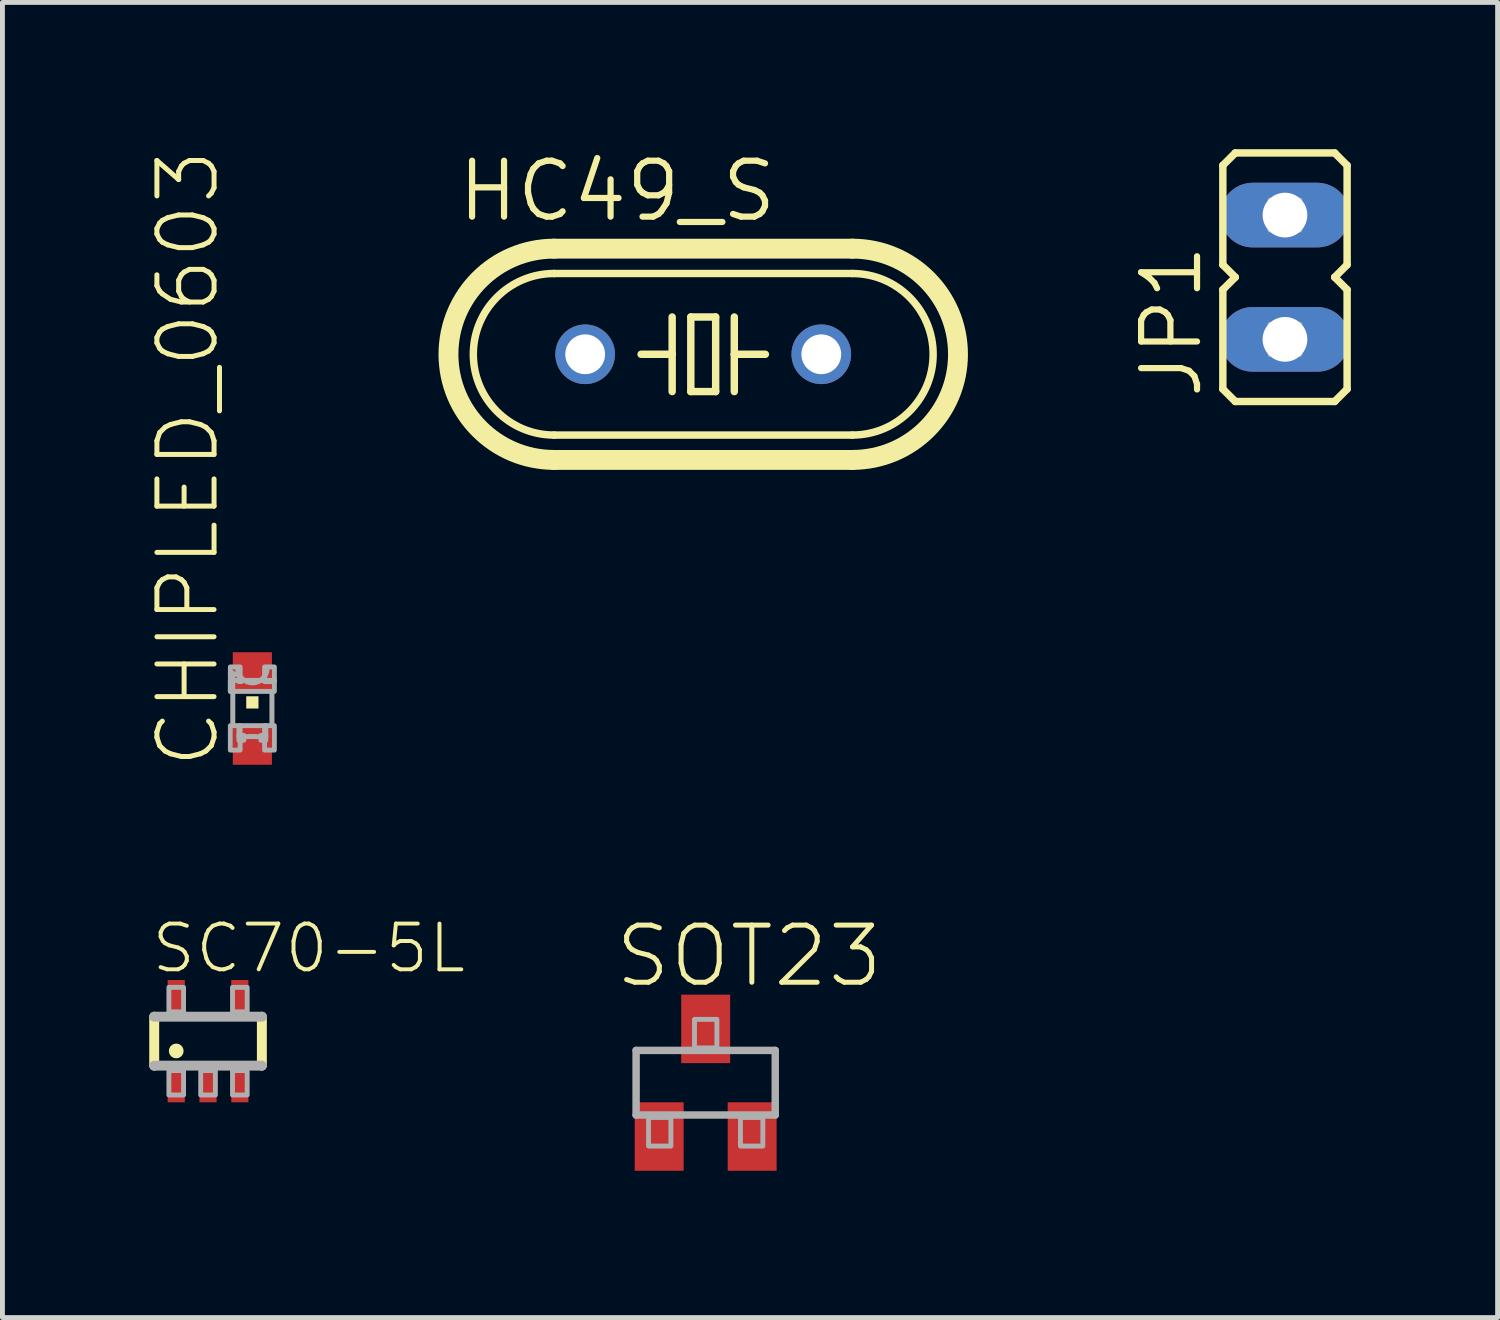
<source format=kicad_pcb>
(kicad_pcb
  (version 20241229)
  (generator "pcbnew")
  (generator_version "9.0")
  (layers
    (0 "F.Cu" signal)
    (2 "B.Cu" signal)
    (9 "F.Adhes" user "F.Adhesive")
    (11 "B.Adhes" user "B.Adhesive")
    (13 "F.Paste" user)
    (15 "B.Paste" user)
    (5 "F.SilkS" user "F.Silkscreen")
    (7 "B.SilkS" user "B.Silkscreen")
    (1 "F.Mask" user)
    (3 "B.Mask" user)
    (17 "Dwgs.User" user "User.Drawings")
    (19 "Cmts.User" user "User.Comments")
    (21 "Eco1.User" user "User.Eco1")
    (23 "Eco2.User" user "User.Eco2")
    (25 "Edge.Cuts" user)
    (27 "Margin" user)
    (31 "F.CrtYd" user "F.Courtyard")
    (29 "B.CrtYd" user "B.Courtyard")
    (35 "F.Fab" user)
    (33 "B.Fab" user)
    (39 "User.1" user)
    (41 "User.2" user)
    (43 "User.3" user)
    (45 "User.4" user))
  (footprint "SC70-5L"
    (layer "F.Cu")
    (at 1.202 18.23)
    (property "Reference" "SC70-5L" (at -1.2 -1.35 0) (layer "F.SilkS") (effects (font (size 0.935 0.935) (thickness 0.081)) (justify left bottom)))
    (fp_line (start -1.1 0.5) (end -1.1 -0.5) (stroke (width 0.203) (type solid)) (layer "F.SilkS"))
    (fp_line (start 1.1 -0.5) (end 1.1 0.5) (stroke (width 0.203) (type solid)) (layer "F.SilkS"))
    (fp_circle (center -0.65 0.2) (end -0.575 0.2) (stroke (width 0.15) (type solid)) (fill yes) (layer "F.SilkS"))
    (fp_line (start -1.1 -0.5) (end 1.1 -0.5) (stroke (width 0.203) (type solid)) (layer "F.Fab"))
    (fp_line (start 1.1 0.5) (end -1.1 0.5) (stroke (width 0.203) (type solid)) (layer "F.Fab"))
    (fp_poly (pts (xy -0.8 -0.6) (xy -0.5 -0.6) (xy -0.5 -1.1) (xy -0.8 -1.1)) (stroke (width 0.1) (type solid)) (fill no) (layer "F.Fab"))
    (fp_poly (pts (xy -0.8 1.1) (xy -0.5 1.1) (xy -0.5 0.6) (xy -0.8 0.6)) (stroke (width 0.1) (type solid)) (fill no) (layer "F.Fab"))
    (fp_poly (pts (xy -0.15 1.1) (xy 0.15 1.1) (xy 0.15 0.6) (xy -0.15 0.6)) (stroke (width 0.1) (type solid)) (fill no) (layer "F.Fab"))
    (fp_poly (pts (xy 0.5 -0.6) (xy 0.8 -0.6) (xy 0.8 -1.1) (xy 0.5 -1.1)) (stroke (width 0.1) (type solid)) (fill no) (layer "F.Fab"))
    (fp_poly (pts (xy 0.5 1.1) (xy 0.8 1.1) (xy 0.8 0.6) (xy 0.5 0.6)) (stroke (width 0.1) (type solid)) (fill no) (layer "F.Fab"))
    (pad "1" smd rect (at -0.65 0.85) (size 0.35 0.8) (layers "F.Cu" "F.Mask" "F.Paste"))
    (pad "2" smd rect (at 0 0.85) (size 0.35 0.8) (layers "F.Cu" "F.Mask" "F.Paste"))
    (pad "3" smd rect (at 0.65 0.85) (size 0.35 0.8) (layers "F.Cu" "F.Mask" "F.Paste"))
    (pad "4" smd rect (at 0.65 -0.85) (size 0.35 0.8) (layers "F.Cu" "F.Mask" "F.Paste"))
    (pad "5" smd rect (at -0.65 -0.85) (size 0.35 0.8) (layers "F.Cu" "F.Mask" "F.Paste")))
  (footprint "HC49_S"
    (layer "F.Cu")
    (at 11.323 4.191)
    (property "Reference" "HC49_S" (at -5.08 -2.667 0) (layer "F.SilkS") (effects (font (size 1.143 1.143) (thickness 0.127)) (justify left bottom)))
    (fp_line (start -3.048 -2.159) (end 3.048 -2.159) (stroke (width 0.406) (type solid)) (layer "F.SilkS"))
    (fp_line (start -3.048 1.651) (end 3.048 1.651) (stroke (width 0.152) (type solid)) (layer "F.SilkS"))
    (fp_line (start -3.048 2.159) (end 3.048 2.159) (stroke (width 0.406) (type solid)) (layer "F.SilkS"))
    (fp_line (start -0.635 -0.762) (end -0.635 0) (stroke (width 0.152) (type solid)) (layer "F.SilkS"))
    (fp_line (start -0.635 0) (end -1.27 0) (stroke (width 0.152) (type solid)) (layer "F.SilkS"))
    (fp_line (start -0.635 0) (end -0.635 0.762) (stroke (width 0.152) (type solid)) (layer "F.SilkS"))
    (fp_line (start -0.254 -0.762) (end 0.254 -0.762) (stroke (width 0.152) (type solid)) (layer "F.SilkS"))
    (fp_line (start -0.254 0.762) (end -0.254 -0.762) (stroke (width 0.152) (type solid)) (layer "F.SilkS"))
    (fp_line (start 0.254 -0.762) (end 0.254 0.762) (stroke (width 0.152) (type solid)) (layer "F.SilkS"))
    (fp_line (start 0.254 0.762) (end -0.254 0.762) (stroke (width 0.152) (type solid)) (layer "F.SilkS"))
    (fp_line (start 0.635 -0.762) (end 0.635 0) (stroke (width 0.152) (type solid)) (layer "F.SilkS"))
    (fp_line (start 0.635 0) (end 0.635 0.762) (stroke (width 0.152) (type solid)) (layer "F.SilkS"))
    (fp_line (start 0.635 0) (end 1.27 0) (stroke (width 0.152) (type solid)) (layer "F.SilkS"))
    (fp_line (start 3.048 -1.651) (end -3.048 -1.651) (stroke (width 0.152) (type solid)) (layer "F.SilkS"))
    (fp_arc (start -3.048 1.651) (mid -4.699 0) (end -3.048 -1.651) (stroke (width 0.1524) (type solid)) (layer "F.SilkS"))
    (fp_arc (start -3.048 2.159) (mid -5.207 0) (end -3.048 -2.159) (stroke (width 0.4064) (type solid)) (layer "F.SilkS"))
    (fp_arc (start 3.048 -2.159) (mid 5.207 0) (end 3.048 2.159) (stroke (width 0.4064) (type solid)) (layer "F.SilkS"))
    (fp_arc (start 3.048 -1.651) (mid 4.699 0) (end 3.048 1.651) (stroke (width 0.1524) (type solid)) (layer "F.SilkS"))
    (pad "1" thru_hole circle (at -2.413 0) (size 1.219 1.219) (drill 0.813) (layers "*.Cu" "*.Mask"))
    (pad "2" thru_hole circle (at 2.413 0) (size 1.219 1.219) (drill 0.813) (layers "*.Cu" "*.Mask"))
    (zone (net_name "") (layers "F.Cu" "B.Cu") (hatch edge 0.508) (connect_pads) (min_thickness 0.254) (filled_areas_thickness no) (keepout (tracks allowed) (vias not_allowed) (pads allowed) (copperpour allowed) (footprints allowed)) (placement (enabled no)) (fill) (polygon (pts (xy 5.608 5.461) (xy 6.243 5.461) (xy 6.243 2.921) (xy 5.608 2.921))))
    (zone (net_name "") (layers "F.Cu" "B.Cu") (hatch edge 0.508) (connect_pads) (min_thickness 0.254) (filled_areas_thickness no) (keepout (tracks allowed) (vias not_allowed) (pads allowed) (copperpour allowed) (footprints allowed)) (placement (enabled no)) (fill) (polygon (pts (xy 6.243 6.096) (xy 6.878 6.096) (xy 6.878 2.286) (xy 6.243 2.286))))
    (zone (net_name "") (layers "F.Cu" "B.Cu") (hatch edge 0.508) (connect_pads) (min_thickness 0.254) (filled_areas_thickness no) (keepout (tracks allowed) (vias not_allowed) (pads allowed) (copperpour allowed) (footprints allowed)) (placement (enabled no)) (fill) (polygon (pts (xy 6.878 6.731) (xy 15.768 6.731) (xy 15.768 1.651) (xy 6.878 1.651))))
    (zone (net_name "") (layers "F.Cu" "B.Cu") (hatch edge 0.508) (connect_pads) (min_thickness 0.254) (filled_areas_thickness no) (keepout (tracks allowed) (vias not_allowed) (pads allowed) (copperpour allowed) (footprints allowed)) (placement (enabled no)) (fill) (polygon (pts (xy 15.768 6.096) (xy 16.403 6.096) (xy 16.403 2.286) (xy 15.768 2.286))))
    (zone (net_name "") (layers "F.Cu" "B.Cu") (hatch edge 0.508) (connect_pads) (min_thickness 0.254) (filled_areas_thickness no) (keepout (tracks allowed) (vias not_allowed) (pads allowed) (copperpour allowed) (footprints allowed)) (placement (enabled no)) (fill) (polygon (pts (xy 16.403 5.461) (xy 17.038 5.461) (xy 17.038 2.921) (xy 16.403 2.921)))))
  (footprint "SOT23"
    (layer "F.Cu")
    (at 11.373 19.079)
    (property "Reference" "SOT23" (at -1.905 -1.905 0) (layer "F.SilkS") (effects (font (size 1.168 1.168) (thickness 0.102)) (justify left bottom)))
    (fp_line (start -1.422 -0.66) (end 1.422 -0.66) (stroke (width 0.152) (type solid)) (layer "F.Fab"))
    (fp_line (start -1.422 0.66) (end -1.422 -0.66) (stroke (width 0.152) (type solid)) (layer "F.Fab"))
    (fp_line (start 1.422 -0.66) (end 1.422 0.66) (stroke (width 0.152) (type solid)) (layer "F.Fab"))
    (fp_line (start 1.422 0.66) (end -1.422 0.66) (stroke (width 0.152) (type solid)) (layer "F.Fab"))
    (fp_poly (pts (xy -1.168 1.295) (xy -0.711 1.295) (xy -0.711 0.711) (xy -1.168 0.711)) (stroke (width 0.1) (type solid)) (fill no) (layer "F.Fab"))
    (fp_poly (pts (xy -0.229 -0.711) (xy 0.229 -0.711) (xy 0.229 -1.295) (xy -0.229 -1.295)) (stroke (width 0.1) (type solid)) (fill no) (layer "F.Fab"))
    (fp_poly (pts (xy 0.711 1.295) (xy 1.168 1.295) (xy 1.168 0.711) (xy 0.711 0.711)) (stroke (width 0.1) (type solid)) (fill no) (layer "F.Fab"))
    (pad "1" smd rect (at -0.95 1.1) (size 1 1.4) (layers "F.Cu" "F.Mask" "F.Paste"))
    (pad "2" smd rect (at 0.95 1.1) (size 1 1.4) (layers "F.Cu" "F.Mask" "F.Paste"))
    (pad "3" smd rect (at 0 -1.1) (size 1 1.4) (layers "F.Cu" "F.Mask" "F.Paste")))
  (footprint "JP1"
    (layer "F.Cu")
    (at 23.213 2.616)
    (property "Reference" "JP1" (at -1.651 2.54 90) (layer "F.SilkS") (effects (font (size 1.143 1.143) (thickness 0.127)) (justify left bottom)))
    (fp_line (start -1.27 -2.286) (end -1.27 -0.254) (stroke (width 0.152) (type solid)) (layer "F.SilkS"))
    (fp_line (start -1.27 -2.286) (end -1.016 -2.54) (stroke (width 0.152) (type solid)) (layer "F.SilkS"))
    (fp_line (start -1.27 0.254) (end -1.27 2.286) (stroke (width 0.152) (type solid)) (layer "F.SilkS"))
    (fp_line (start -1.016 0) (end -1.27 -0.254) (stroke (width 0.152) (type solid)) (layer "F.SilkS"))
    (fp_line (start -1.016 0) (end -1.27 0.254) (stroke (width 0.152) (type solid)) (layer "F.SilkS"))
    (fp_line (start -1.016 2.54) (end -1.27 2.286) (stroke (width 0.152) (type solid)) (layer "F.SilkS"))
    (fp_line (start -1.016 2.54) (end 1.016 2.54) (stroke (width 0.152) (type solid)) (layer "F.SilkS"))
    (fp_line (start 1.016 -2.54) (end -1.016 -2.54) (stroke (width 0.152) (type solid)) (layer "F.SilkS"))
    (fp_line (start 1.016 0) (end 1.27 -0.254) (stroke (width 0.152) (type solid)) (layer "F.SilkS"))
    (fp_line (start 1.016 0) (end 1.27 0.254) (stroke (width 0.152) (type solid)) (layer "F.SilkS"))
    (fp_line (start 1.016 2.54) (end 1.27 2.286) (stroke (width 0.152) (type solid)) (layer "F.SilkS"))
    (fp_line (start 1.27 -2.286) (end 1.016 -2.54) (stroke (width 0.152) (type solid)) (layer "F.SilkS"))
    (fp_line (start 1.27 -2.286) (end 1.27 -0.254) (stroke (width 0.152) (type solid)) (layer "F.SilkS"))
    (fp_line (start 1.27 0.254) (end 1.27 2.286) (stroke (width 0.152) (type solid)) (layer "F.SilkS"))
    (fp_poly (pts (xy -0.305 -0.965) (xy 0.305 -0.965) (xy 0.305 -1.575) (xy -0.305 -1.575)) (stroke (width 0.1) (type solid)) (fill no) (layer "F.Fab"))
    (fp_poly (pts (xy -0.305 1.575) (xy 0.305 1.575) (xy 0.305 0.965) (xy -0.305 0.965)) (stroke (width 0.1) (type solid)) (fill no) (layer "F.Fab"))
    (pad "1" thru_hole oval (at 0 1.27) (size 2.642 1.321) (drill 0.914) (layers "*.Cu" "*.Mask"))
    (pad "2" thru_hole oval (at 0 -1.27) (size 2.642 1.321) (drill 0.914) (layers "*.Cu" "*.Mask")))
  (footprint "CHIPLED_0603"
    (layer "F.Cu")
    (at 2.108 11.431)
    (property "Reference" "CHIPLED_0603" (at -0.635 1.27 90) (layer "F.SilkS") (effects (font (size 1.168 1.168) (thickness 0.102)) (justify left bottom)))
    (fp_poly (pts (xy -0.125 0) (xy 0.125 0) (xy 0.125 -0.25) (xy -0.125 -0.25)) (stroke (width 0) (type solid)) (fill yes) (layer "F.SilkS"))
    (fp_line (start -0.4 -0.375) (end -0.4 0.35) (stroke (width 0.102) (type solid)) (layer "F.Fab"))
    (fp_line (start 0.4 -0.35) (end 0.4 0.35) (stroke (width 0.102) (type solid)) (layer "F.Fab"))
    (fp_arc (start -0.275 0.825) (mid 0 0.55) (end 0.275 0.825) (stroke (width 0.0508) (type solid)) (layer "F.Fab"))
    (fp_arc (start 0.3 -0.799998) (mid -0.000001 -0.524966) (end -0.3 -0.8) (stroke (width 0.1016) (type solid)) (layer "F.Fab"))
    (fp_circle (center -0.35 -0.625) (end -0.275 -0.625) (stroke (width 0.051) (type solid)) (fill no) (layer "F.Fab"))
    (fp_poly (pts (xy -0.45 -0.7) (xy -0.25 -0.7) (xy -0.25 -0.85) (xy -0.45 -0.85)) (stroke (width 0.1) (type solid)) (fill no) (layer "F.Fab"))
    (fp_poly (pts (xy -0.45 -0.35) (xy -0.4 -0.35) (xy -0.4 -0.725) (xy -0.45 -0.725)) (stroke (width 0.1) (type solid)) (fill no) (layer "F.Fab"))
    (fp_poly (pts (xy -0.45 -0.35) (xy 0.45 -0.35) (xy 0.45 -0.575) (xy -0.45 -0.575)) (stroke (width 0.1) (type solid)) (fill no) (layer "F.Fab"))
    (fp_poly (pts (xy -0.45 0.85) (xy -0.25 0.85) (xy -0.25 0.35) (xy -0.45 0.35)) (stroke (width 0.1) (type solid)) (fill no) (layer "F.Fab"))
    (fp_poly (pts (xy -0.275 -0.55) (xy -0.225 -0.55) (xy -0.225 -0.6) (xy -0.275 -0.6)) (stroke (width 0.1) (type solid)) (fill no) (layer "F.Fab"))
    (fp_poly (pts (xy -0.275 0.575) (xy 0.275 0.575) (xy 0.275 0.35) (xy -0.275 0.35)) (stroke (width 0.1) (type solid)) (fill no) (layer "F.Fab"))
    (fp_poly (pts (xy -0.275 0.65) (xy -0.175 0.65) (xy -0.175 0.55) (xy -0.275 0.55)) (stroke (width 0.1) (type solid)) (fill no) (layer "F.Fab"))
    (fp_poly (pts (xy 0.175 0.65) (xy 0.275 0.65) (xy 0.275 0.55) (xy 0.175 0.55)) (stroke (width 0.1) (type solid)) (fill no) (layer "F.Fab"))
    (fp_poly (pts (xy 0.25 -0.55) (xy 0.45 -0.55) (xy 0.45 -0.85) (xy 0.25 -0.85)) (stroke (width 0.1) (type solid)) (fill no) (layer "F.Fab"))
    (fp_poly (pts (xy 0.25 0.85) (xy 0.45 0.85) (xy 0.45 0.35) (xy 0.25 0.35)) (stroke (width 0.1) (type solid)) (fill no) (layer "F.Fab"))
    (pad "A" smd rect (at 0 0.75) (size 0.8 0.8) (layers "F.Cu" "F.Mask" "F.Paste"))
    (pad "C" smd rect (at 0 -0.75) (size 0.8 0.8) (layers "F.Cu" "F.Mask" "F.Paste")))
  (gr_rect
    (start -3 -3)
    (end 27.559 23.879)
    (stroke (width 0.1) (type default))
    (fill no)
    (layer "Edge.Cuts")))
</source>
